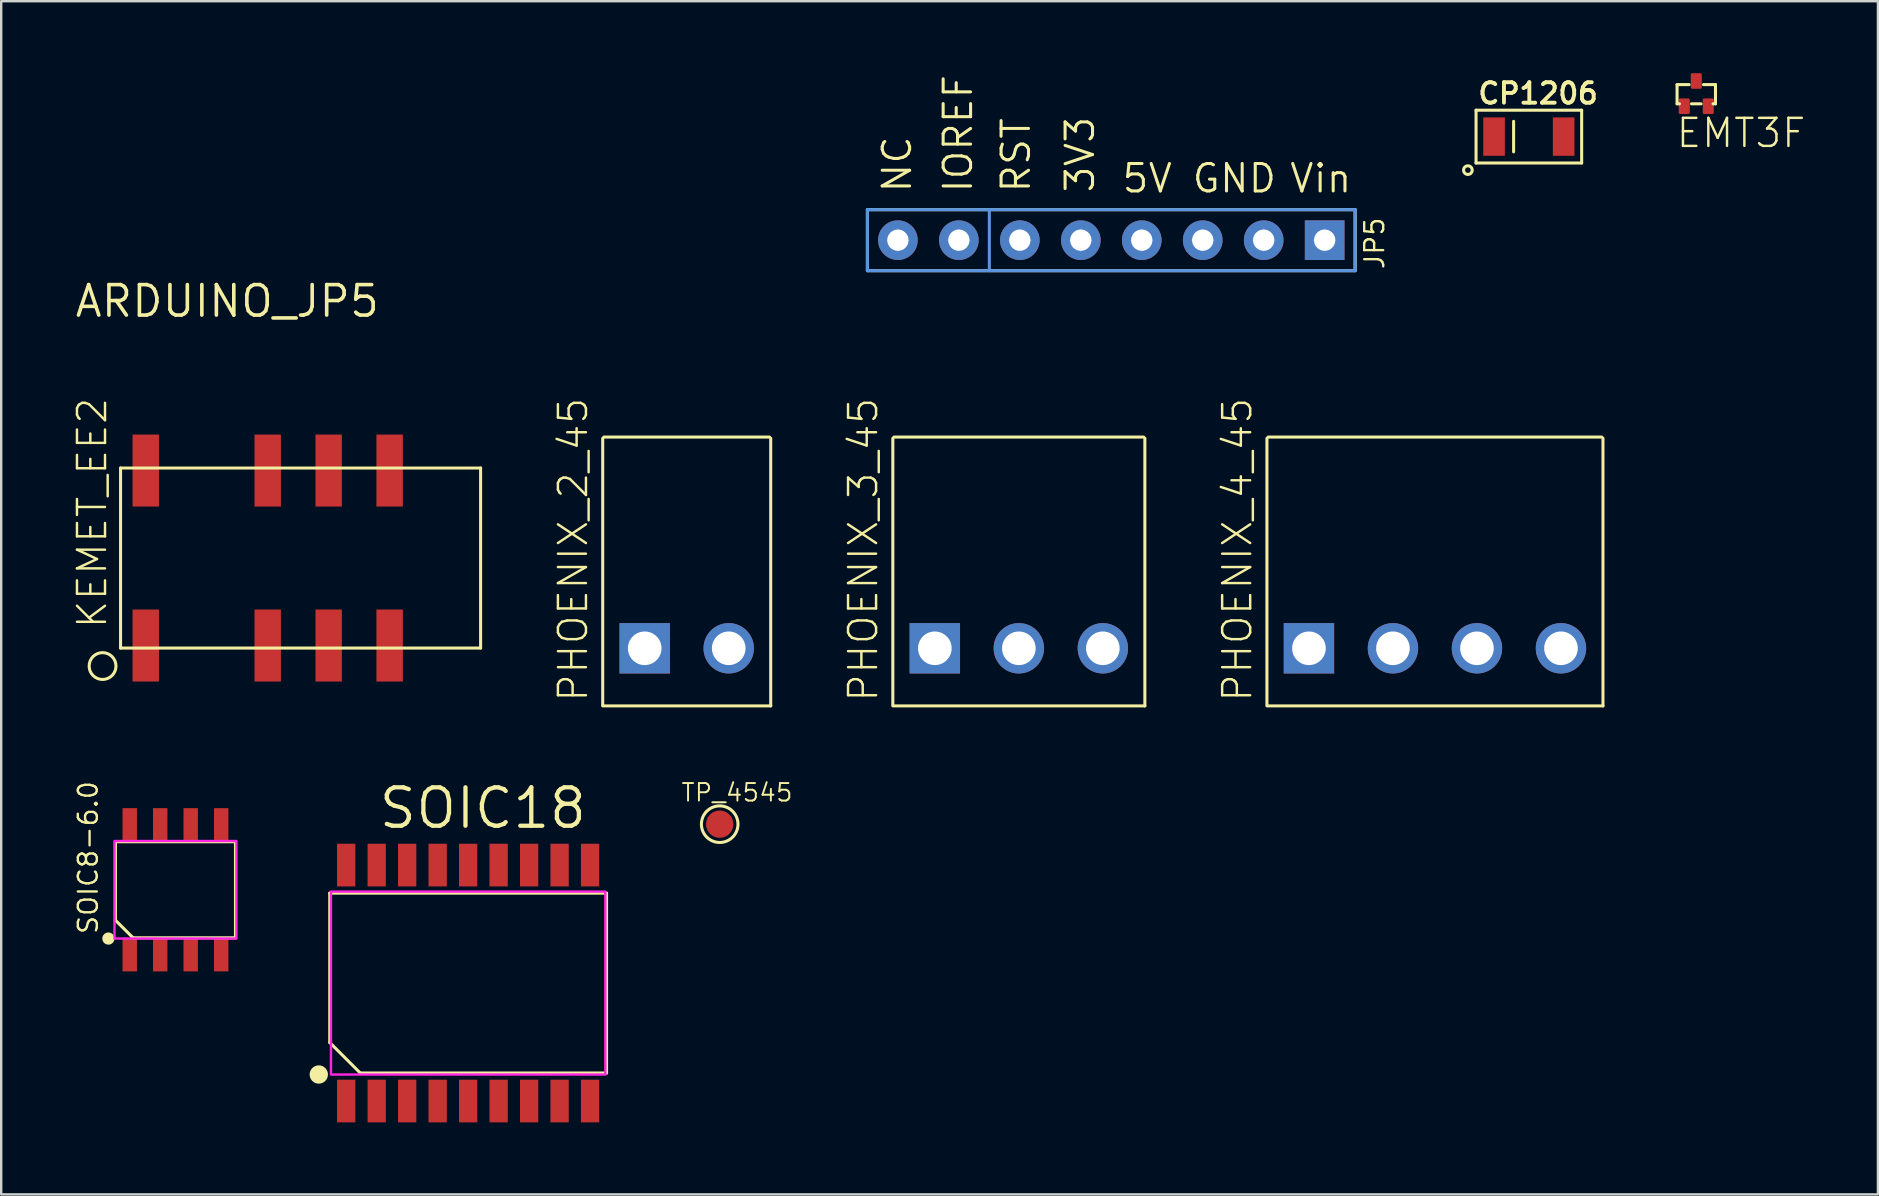
<source format=kicad_pcb>
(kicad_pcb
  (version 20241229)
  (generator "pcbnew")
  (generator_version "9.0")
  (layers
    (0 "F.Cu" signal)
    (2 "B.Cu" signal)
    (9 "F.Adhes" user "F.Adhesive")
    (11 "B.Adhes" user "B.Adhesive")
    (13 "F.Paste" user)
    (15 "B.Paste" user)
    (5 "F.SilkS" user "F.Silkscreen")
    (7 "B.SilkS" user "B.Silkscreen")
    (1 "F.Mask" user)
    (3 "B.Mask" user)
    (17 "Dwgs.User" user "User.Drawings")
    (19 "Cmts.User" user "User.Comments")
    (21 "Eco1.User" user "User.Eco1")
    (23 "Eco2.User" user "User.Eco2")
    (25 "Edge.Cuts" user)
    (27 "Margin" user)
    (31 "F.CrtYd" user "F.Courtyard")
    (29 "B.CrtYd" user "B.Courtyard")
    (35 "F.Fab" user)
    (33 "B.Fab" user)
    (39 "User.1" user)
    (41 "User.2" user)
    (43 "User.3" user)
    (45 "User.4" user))
  (footprint "SOIC8-6.0"
    (layer "F.Cu")
    (at 4.26 34.02)
    (property "Reference" "SOIC8-6.0" (at -3.175 1.905 90) (layer "F.SilkS") (effects (font (size 0.791 0.791) (thickness 0.098)) (justify left bottom)))
    (fp_line (start -2.5 -2) (end 2.5 -2) (stroke (width 0.127) (type solid)) (layer "F.SilkS"))
    (fp_line (start -2.5 1.269) (end -2.5 -2) (stroke (width 0.127) (type solid)) (layer "F.SilkS"))
    (fp_line (start -1.769 2) (end -2.5 1.269) (stroke (width 0.127) (type solid)) (layer "F.SilkS"))
    (fp_line (start 2.5 -2) (end 2.5 2) (stroke (width 0.127) (type solid)) (layer "F.SilkS"))
    (fp_line (start 2.5 2) (end -1.769 2) (stroke (width 0.127) (type solid)) (layer "F.SilkS"))
    (fp_circle (center -2.794 2.032) (end -2.667 2.032) (stroke (width 0.254) (type solid)) (fill yes) (layer "F.SilkS"))
    (fp_poly (pts (xy -2.54 2.032) (xy 2.54 2.032) (xy 2.54 -2.032) (xy -2.54 -2.032)) (stroke (width 0.1) (type default)) (fill no) (layer "F.CrtYd"))
    (pad "1" smd rect (at -1.905 2.7 90) (size 1.4 0.6) (layers "F.Cu" "F.Mask" "F.Paste"))
    (pad "2" smd rect (at -0.635 2.7 90) (size 1.4 0.6) (layers "F.Cu" "F.Mask" "F.Paste"))
    (pad "3" smd rect (at 0.635 2.7 90) (size 1.4 0.6) (layers "F.Cu" "F.Mask" "F.Paste"))
    (pad "4" smd rect (at 1.905 2.7 90) (size 1.4 0.6) (layers "F.Cu" "F.Mask" "F.Paste"))
    (pad "5" smd rect (at 1.905 -2.7 90) (size 1.4 0.6) (layers "F.Cu" "F.Mask" "F.Paste"))
    (pad "6" smd rect (at 0.635 -2.7 90) (size 1.4 0.6) (layers "F.Cu" "F.Mask" "F.Paste"))
    (pad "7" smd rect (at -0.635 -2.7 90) (size 1.4 0.6) (layers "F.Cu" "F.Mask" "F.Paste"))
    (pad "8" smd rect (at -1.905 -2.7 90) (size 1.4 0.6) (layers "F.Cu" "F.Mask" "F.Paste")))
  (footprint "ARDUINO_JP5"
    (layer "F.Cu")
    (at 6.418 9.496)
    (property "Reference" "ARDUINO_JP5" (at 0 0 0) (layer "F.SilkS") (effects (font (size 1.27 1.27) (thickness 0.15))))
    (fp_line (start 26.67 -3.81) (end 46.99 -3.81) (stroke (width 0.127) (type solid)) (layer "F.SilkS"))
    (fp_line (start 26.67 -1.27) (end 26.67 -3.81) (stroke (width 0.127) (type solid)) (layer "F.SilkS"))
    (fp_line (start 46.99 -3.81) (end 46.99 -1.27) (stroke (width 0.127) (type solid)) (layer "F.SilkS"))
    (fp_line (start 46.99 -1.27) (end 26.67 -1.27) (stroke (width 0.127) (type solid)) (layer "F.SilkS"))
    (fp_line (start 26.67 -3.81) (end 31.75 -3.81) (stroke (width 0.127) (type solid)) (layer "Cmts.User"))
    (fp_line (start 26.67 -1.27) (end 26.67 -3.81) (stroke (width 0.127) (type solid)) (layer "Cmts.User"))
    (fp_line (start 27.432 -2.54) (end 28.448 -2.54) (stroke (width 0.025) (type solid)) (layer "Cmts.User"))
    (fp_line (start 27.94 -2.032) (end 27.94 -3.048) (stroke (width 0.025) (type solid)) (layer "Cmts.User"))
    (fp_line (start 29.972 -2.54) (end 30.988 -2.54) (stroke (width 0.025) (type solid)) (layer "Cmts.User"))
    (fp_line (start 30.48 -2.032) (end 30.48 -3.048) (stroke (width 0.025) (type solid)) (layer "Cmts.User"))
    (fp_line (start 31.75 -3.81) (end 46.99 -3.81) (stroke (width 0.127) (type solid)) (layer "Cmts.User"))
    (fp_line (start 31.75 -1.27) (end 26.67 -1.27) (stroke (width 0.127) (type solid)) (layer "Cmts.User"))
    (fp_line (start 31.75 -1.27) (end 31.75 -3.81) (stroke (width 0.127) (type solid)) (layer "Cmts.User"))
    (fp_line (start 32.512 -2.54) (end 33.528 -2.54) (stroke (width 0.025) (type solid)) (layer "Cmts.User"))
    (fp_line (start 33.02 -2.032) (end 33.02 -3.048) (stroke (width 0.025) (type solid)) (layer "Cmts.User"))
    (fp_line (start 35.052 -2.54) (end 36.068 -2.54) (stroke (width 0.025) (type solid)) (layer "Cmts.User"))
    (fp_line (start 35.56 -2.032) (end 35.56 -3.048) (stroke (width 0.025) (type solid)) (layer "Cmts.User"))
    (fp_line (start 37.592 -2.54) (end 38.608 -2.54) (stroke (width 0.025) (type solid)) (layer "Cmts.User"))
    (fp_line (start 38.1 -2.032) (end 38.1 -3.048) (stroke (width 0.025) (type solid)) (layer "Cmts.User"))
    (fp_line (start 40.132 -2.54) (end 41.148 -2.54) (stroke (width 0.025) (type solid)) (layer "Cmts.User"))
    (fp_line (start 40.64 -2.032) (end 40.64 -3.048) (stroke (width 0.025) (type solid)) (layer "Cmts.User"))
    (fp_line (start 42.672 -2.54) (end 43.688 -2.54) (stroke (width 0.025) (type solid)) (layer "Cmts.User"))
    (fp_line (start 43.18 -2.032) (end 43.18 -3.048) (stroke (width 0.025) (type solid)) (layer "Cmts.User"))
    (fp_line (start 45.212 -2.54) (end 46.228 -2.54) (stroke (width 0.025) (type solid)) (layer "Cmts.User"))
    (fp_line (start 45.72 -2.032) (end 45.72 -3.048) (stroke (width 0.025) (type solid)) (layer "Cmts.User"))
    (fp_line (start 46.99 -3.81) (end 46.99 -1.27) (stroke (width 0.127) (type solid)) (layer "Cmts.User"))
    (fp_line (start 46.99 -1.27) (end 31.75 -1.27) (stroke (width 0.127) (type solid)) (layer "Cmts.User"))
    (fp_text user "IOREF" (at 31.115 -4.445 90) (layer "F.SilkS") (effects (font (size 1.143 1.143) (thickness 0.127)) (justify left bottom)))
    (fp_text user "5V" (at 37.211 -4.445 0) (layer "F.SilkS") (effects (font (size 1.143 1.143) (thickness 0.127)) (justify left bottom)))
    (fp_text user "RST" (at 33.528 -4.445 90) (layer "F.SilkS") (effects (font (size 1.143 1.143) (thickness 0.127)) (justify left bottom)))
    (fp_text user "Vin" (at 44.196 -4.445 0) (layer "F.SilkS") (effects (font (size 1.143 1.143) (thickness 0.127)) (justify left bottom)))
    (fp_text user "GND" (at 40.132 -4.445 0) (layer "F.SilkS") (effects (font (size 1.143 1.143) (thickness 0.127)) (justify left bottom)))
    (fp_text user "NC" (at 28.575 -4.445 90) (layer "F.SilkS") (effects (font (size 1.143 1.143) (thickness 0.127)) (justify left bottom)))
    (fp_text user "3V3" (at 36.195 -4.445 90) (layer "F.SilkS") (effects (font (size 1.143 1.143) (thickness 0.127)) (justify left bottom)))
    (fp_text user "JP5" (at 48.26 -1.27 90) (layer "F.SilkS") (effects (font (size 0.791 0.791) (thickness 0.098)) (justify left bottom)))
    (pad "19" thru_hole circle (at 27.94 -2.54) (size 1.651 1.651) (drill 0.889) (layers "*.Cu" "*.Mask"))
    (pad "20" thru_hole circle (at 30.48 -2.54) (size 1.651 1.651) (drill 0.889) (layers "*.Cu" "*.Mask"))
    (pad "21" thru_hole circle (at 33.02 -2.54) (size 1.651 1.651) (drill 0.889) (layers "*.Cu" "*.Mask"))
    (pad "22" thru_hole circle (at 35.56 -2.54) (size 1.651 1.651) (drill 0.889) (layers "*.Cu" "*.Mask"))
    (pad "23" thru_hole circle (at 38.1 -2.54) (size 1.651 1.651) (drill 0.889) (layers "*.Cu" "*.Mask"))
    (pad "24" thru_hole circle (at 40.64 -2.54) (size 1.651 1.651) (drill 0.889) (layers "*.Cu" "*.Mask"))
    (pad "25" thru_hole circle (at 43.18 -2.54) (size 1.651 1.651) (drill 0.889) (layers "*.Cu" "*.Mask"))
    (pad "26" thru_hole rect (at 45.72 -2.54) (size 1.651 1.651) (drill 0.889) (layers "*.Cu" "*.Mask")))
  (footprint "PHOENIX_4_45"
    (layer "F.Cu")
    (at 51.483 23.959)
    (property "Reference" "PHOENIX_4_45" (at -2.3 2.3 90) (layer "F.SilkS") (effects (font (size 1.168 1.168) (thickness 0.102)) (justify left bottom)))
    (fp_line (start -1.75 2.35) (end -1.75 -8.75) (stroke (width 0.127) (type solid)) (layer "F.SilkS"))
    (fp_line (start -1.75 2.4) (end 12.25 2.4) (stroke (width 0.127) (type solid)) (layer "F.SilkS"))
    (fp_line (start -1.7 -8.8) (end 12.2 -8.8) (stroke (width 0.127) (type solid)) (layer "F.SilkS"))
    (fp_line (start 12.25 2.4) (end 12.25 -8.75) (stroke (width 0.127) (type solid)) (layer "F.SilkS"))
    (pad "P$1" thru_hole rect (at 0 0) (size 2.1 2.1) (drill 1.4) (layers "*.Cu" "*.Mask"))
    (pad "P$2" thru_hole circle (at 3.5 0) (size 2.1 2.1) (drill 1.4) (layers "*.Cu" "*.Mask"))
    (pad "P$3" thru_hole circle (at 7 0) (size 2.1 2.1) (drill 1.4) (layers "*.Cu" "*.Mask"))
    (pad "P$4" thru_hole circle (at 10.5 0) (size 2.1 2.1) (drill 1.4) (layers "*.Cu" "*.Mask")))
  (footprint "PHOENIX_3_45"
    (layer "F.Cu")
    (at 35.897 23.959)
    (property "Reference" "PHOENIX_3_45" (at -2.3 2.3 90) (layer "F.SilkS") (effects (font (size 1.168 1.168) (thickness 0.102)) (justify left bottom)))
    (fp_line (start -1.75 2.35) (end -1.75 -8.75) (stroke (width 0.127) (type solid)) (layer "F.SilkS"))
    (fp_line (start -1.75 2.4) (end 8.75 2.4) (stroke (width 0.127) (type solid)) (layer "F.SilkS"))
    (fp_line (start -1.7 -8.8) (end 8.7 -8.8) (stroke (width 0.127) (type solid)) (layer "F.SilkS"))
    (fp_line (start 8.75 2.4) (end 8.75 -8.75) (stroke (width 0.127) (type solid)) (layer "F.SilkS"))
    (pad "P$1" thru_hole rect (at 0 0) (size 2.1 2.1) (drill 1.4) (layers "*.Cu" "*.Mask"))
    (pad "P$2" thru_hole circle (at 3.5 0) (size 2.1 2.1) (drill 1.4) (layers "*.Cu" "*.Mask"))
    (pad "P$3" thru_hole circle (at 7 0) (size 2.1 2.1) (drill 1.4) (layers "*.Cu" "*.Mask")))
  (footprint "PHOENIX_2_45"
    (layer "F.Cu")
    (at 23.81 23.959)
    (property "Reference" "PHOENIX_2_45" (at -2.3 2.3 90) (layer "F.SilkS") (effects (font (size 1.168 1.168) (thickness 0.102)) (justify left bottom)))
    (fp_line (start -1.75 2.35) (end -1.75 -8.75) (stroke (width 0.127) (type solid)) (layer "F.SilkS"))
    (fp_line (start -1.75 2.4) (end 5.25 2.4) (stroke (width 0.127) (type solid)) (layer "F.SilkS"))
    (fp_line (start -1.7 -8.8) (end 5.2 -8.8) (stroke (width 0.127) (type solid)) (layer "F.SilkS"))
    (fp_line (start 5.25 2.4) (end 5.25 -8.75) (stroke (width 0.127) (type solid)) (layer "F.SilkS"))
    (pad "P$1" thru_hole rect (at 0 0) (size 2.1 2.1) (drill 1.4) (layers "*.Cu" "*.Mask"))
    (pad "P$2" thru_hole circle (at 3.5 0) (size 2.1 2.1) (drill 1.4) (layers "*.Cu" "*.Mask")))
  (footprint "TP_4545"
    (layer "F.Cu")
    (at 26.934 31.287)
    (property "Reference" "TP_4545" (at -1.651 -0.889 0) (layer "F.SilkS") (effects (font (size 0.732 0.732) (thickness 0.081)) (justify left bottom)))
    (fp_circle (center 0 0) (end 0.762 0) (stroke (width 0.127) (type solid)) (fill no) (layer "F.SilkS"))
    (pad "T" smd roundrect (at 0 0) (size 1.143 1.143) (layers "F.Cu" "F.Mask") (roundrect_rratio 0.5)))
  (footprint "EMT3F"
    (layer "F.Cu")
    (at 67.62 1.375)
    (property "Reference" "EMT3F" (at -0.9 1.8 0) (layer "F.SilkS") (effects (font (size 1.168 1.168) (thickness 0.102)) (justify left bottom)))
    (fp_line (start -0.8 -0.9) (end -0.3 -0.9) (stroke (width 0.127) (type solid)) (layer "F.SilkS"))
    (fp_line (start -0.8 -0.1) (end -0.8 -0.9) (stroke (width 0.127) (type solid)) (layer "F.SilkS"))
    (fp_line (start -0.7 -0.1) (end -0.8 -0.1) (stroke (width 0.127) (type solid)) (layer "F.SilkS"))
    (fp_line (start -0.2 -0.1) (end 0.2 -0.1) (stroke (width 0.127) (type solid)) (layer "F.SilkS"))
    (fp_line (start 0.7 -0.1) (end 0.8 -0.1) (stroke (width 0.127) (type solid)) (layer "F.SilkS"))
    (fp_line (start 0.8 -0.9) (end 0.3 -0.9) (stroke (width 0.127) (type solid)) (layer "F.SilkS"))
    (fp_line (start 0.8 -0.1) (end 0.8 -0.9) (stroke (width 0.127) (type solid)) (layer "F.SilkS"))
    (pad "P$1" smd roundrect (at -0.5 0) (size 0.46 0.65) (layers "F.Cu" "F.Mask" "F.Paste") (roundrect_rratio 0.125))
    (pad "P$2" smd roundrect (at 0.5 0) (size 0.46 0.65) (layers "F.Cu" "F.Mask" "F.Paste") (roundrect_rratio 0.125))
    (pad "P$3" smd roundrect (at 0 -1.05) (size 0.46 0.65) (layers "F.Cu" "F.Mask" "F.Paste") (roundrect_rratio 0.125)))
  (footprint "CP1206"
    (layer "F.Cu")
    (at 60.645 2.641)
    (property "Reference" "CP1206" (at -2.2 -1.3 0) (layer "F.SilkS") (effects (font (size 0.853 0.853) (thickness 0.163)) (justify left bottom)))
    (fp_line (start -2.2 -1.1) (end -2.2 1.1) (stroke (width 0.127) (type solid)) (layer "F.SilkS"))
    (fp_line (start -2.2 1.1) (end 2.2 1.1) (stroke (width 0.127) (type solid)) (layer "F.SilkS"))
    (fp_line (start -0.635 0.635) (end -0.635 -0.635) (stroke (width 0.127) (type solid)) (layer "F.SilkS"))
    (fp_line (start 2.2 -1.1) (end -2.2 -1.1) (stroke (width 0.127) (type solid)) (layer "F.SilkS"))
    (fp_line (start 2.2 1.1) (end 2.2 -1.1) (stroke (width 0.127) (type solid)) (layer "F.SilkS"))
    (fp_circle (center -2.54 1.397) (end -2.36 1.397) (stroke (width 0.127) (type solid)) (fill no) (layer "F.SilkS"))
    (pad "P$1" smd rect (at -1.45 0 180) (size 0.9 1.6) (layers "F.Cu" "F.Mask" "F.Paste"))
    (pad "P$2" smd rect (at 1.45 0 180) (size 0.9 1.6) (layers "F.Cu" "F.Mask" "F.Paste")))
  (footprint "KEMET_EE2"
    (layer "F.Cu")
    (at 9.473 20.199)
    (property "Reference" "KEMET_EE2" (at -8 3 90) (layer "F.SilkS") (effects (font (size 1.168 1.168) (thickness 0.102)) (justify left bottom)))
    (fp_line (start -7.5 -3.75) (end -7.5 3.75) (stroke (width 0.127) (type solid)) (layer "F.SilkS"))
    (fp_line (start -7.5 3.75) (end 7.5 3.75) (stroke (width 0.127) (type solid)) (layer "F.SilkS"))
    (fp_line (start 7.5 -3.75) (end -7.5 -3.75) (stroke (width 0.127) (type solid)) (layer "F.SilkS"))
    (fp_line (start 7.5 3.75) (end 7.5 -3.75) (stroke (width 0.127) (type solid)) (layer "F.SilkS"))
    (fp_circle (center -8.25 4.5) (end -7.691 4.5) (stroke (width 0.127) (type solid)) (fill no) (layer "F.SilkS"))
    (pad "P$1" smd rect (at -6.45 3.645) (size 1.1 3) (layers "F.Cu" "F.Mask" "F.Paste"))
    (pad "P$3" smd rect (at -1.37 3.645) (size 1.1 3) (layers "F.Cu" "F.Mask" "F.Paste"))
    (pad "P$4" smd rect (at 1.17 3.645) (size 1.1 3) (layers "F.Cu" "F.Mask" "F.Paste"))
    (pad "P$5" smd rect (at 3.71 3.645) (size 1.1 3) (layers "F.Cu" "F.Mask" "F.Paste"))
    (pad "P$8" smd rect (at 3.71 -3.645) (size 1.1 3) (layers "F.Cu" "F.Mask" "F.Paste"))
    (pad "P$9" smd rect (at 1.17 -3.645) (size 1.1 3) (layers "F.Cu" "F.Mask" "F.Paste"))
    (pad "P$10" smd rect (at -1.37 -3.645) (size 1.1 3) (layers "F.Cu" "F.Mask" "F.Paste"))
    (pad "P$12" smd rect (at -6.45 -3.645) (size 1.1 3) (layers "F.Cu" "F.Mask" "F.Paste")))
  (footprint "SOIC18"
    (layer "F.Cu")
    (at 16.454 37.906)
    (property "Reference" "SOIC18" (at -3.81 -6.35 0) (layer "F.SilkS") (effects (font (size 1.6 1.6) (thickness 0.178)) (justify left bottom)))
    (fp_line (start -5.766 -3.747) (end 5.766 -3.747) (stroke (width 0.127) (type solid)) (layer "F.SilkS"))
    (fp_line (start -5.766 2.477) (end -5.766 -3.747) (stroke (width 0.127) (type solid)) (layer "F.SilkS"))
    (fp_line (start -4.496 3.747) (end -5.766 2.477) (stroke (width 0.127) (type solid)) (layer "F.SilkS"))
    (fp_line (start 5.766 -3.747) (end 5.766 3.747) (stroke (width 0.127) (type solid)) (layer "F.SilkS"))
    (fp_line (start 5.766 3.747) (end -4.496 3.747) (stroke (width 0.127) (type solid)) (layer "F.SilkS"))
    (fp_circle (center -6.223 3.81) (end -6.032 3.81) (stroke (width 0.381) (type solid)) (fill yes) (layer "F.SilkS"))
    (fp_poly (pts (xy -5.715 3.81) (xy 5.715 3.81) (xy 5.715 -3.81) (xy -5.715 -3.81)) (stroke (width 0.1) (type default)) (fill no) (layer "F.CrtYd"))
    (pad "1" smd rect (at -5.08 4.915 90) (size 1.778 0.762) (layers "F.Cu" "F.Mask" "F.Paste"))
    (pad "2" smd rect (at -3.81 4.915 90) (size 1.778 0.762) (layers "F.Cu" "F.Mask" "F.Paste"))
    (pad "3" smd rect (at -2.54 4.915 90) (size 1.778 0.762) (layers "F.Cu" "F.Mask" "F.Paste"))
    (pad "4" smd rect (at -1.27 4.915 90) (size 1.778 0.762) (layers "F.Cu" "F.Mask" "F.Paste"))
    (pad "5" smd rect (at 0 4.915 90) (size 1.778 0.762) (layers "F.Cu" "F.Mask" "F.Paste"))
    (pad "6" smd rect (at 1.27 4.915 90) (size 1.778 0.762) (layers "F.Cu" "F.Mask" "F.Paste"))
    (pad "7" smd rect (at 2.54 4.915 90) (size 1.778 0.762) (layers "F.Cu" "F.Mask" "F.Paste"))
    (pad "8" smd rect (at 3.81 4.915 90) (size 1.778 0.762) (layers "F.Cu" "F.Mask" "F.Paste"))
    (pad "9" smd rect (at 5.08 4.915 90) (size 1.778 0.762) (layers "F.Cu" "F.Mask" "F.Paste"))
    (pad "10" smd rect (at 5.08 -4.915 90) (size 1.778 0.762) (layers "F.Cu" "F.Mask" "F.Paste"))
    (pad "11" smd rect (at 3.81 -4.915 90) (size 1.778 0.762) (layers "F.Cu" "F.Mask" "F.Paste"))
    (pad "12" smd rect (at 2.54 -4.915 90) (size 1.778 0.762) (layers "F.Cu" "F.Mask" "F.Paste"))
    (pad "13" smd rect (at 1.27 -4.915 90) (size 1.778 0.762) (layers "F.Cu" "F.Mask" "F.Paste"))
    (pad "14" smd rect (at 0 -4.915 90) (size 1.778 0.762) (layers "F.Cu" "F.Mask" "F.Paste"))
    (pad "15" smd rect (at -1.27 -4.915 90) (size 1.778 0.762) (layers "F.Cu" "F.Mask" "F.Paste"))
    (pad "16" smd rect (at -2.54 -4.915 90) (size 1.778 0.762) (layers "F.Cu" "F.Mask" "F.Paste"))
    (pad "17" smd rect (at -3.81 -4.915 90) (size 1.778 0.762) (layers "F.Cu" "F.Mask" "F.Paste"))
    (pad "18" smd rect (at -5.08 -4.915 90) (size 1.778 0.762) (layers "F.Cu" "F.Mask" "F.Paste")))
  (gr_rect
    (start -3 -3)
    (end 75.188 46.71)
    (stroke (width 0.1) (type default))
    (fill no)
    (layer "Edge.Cuts")))
</source>
